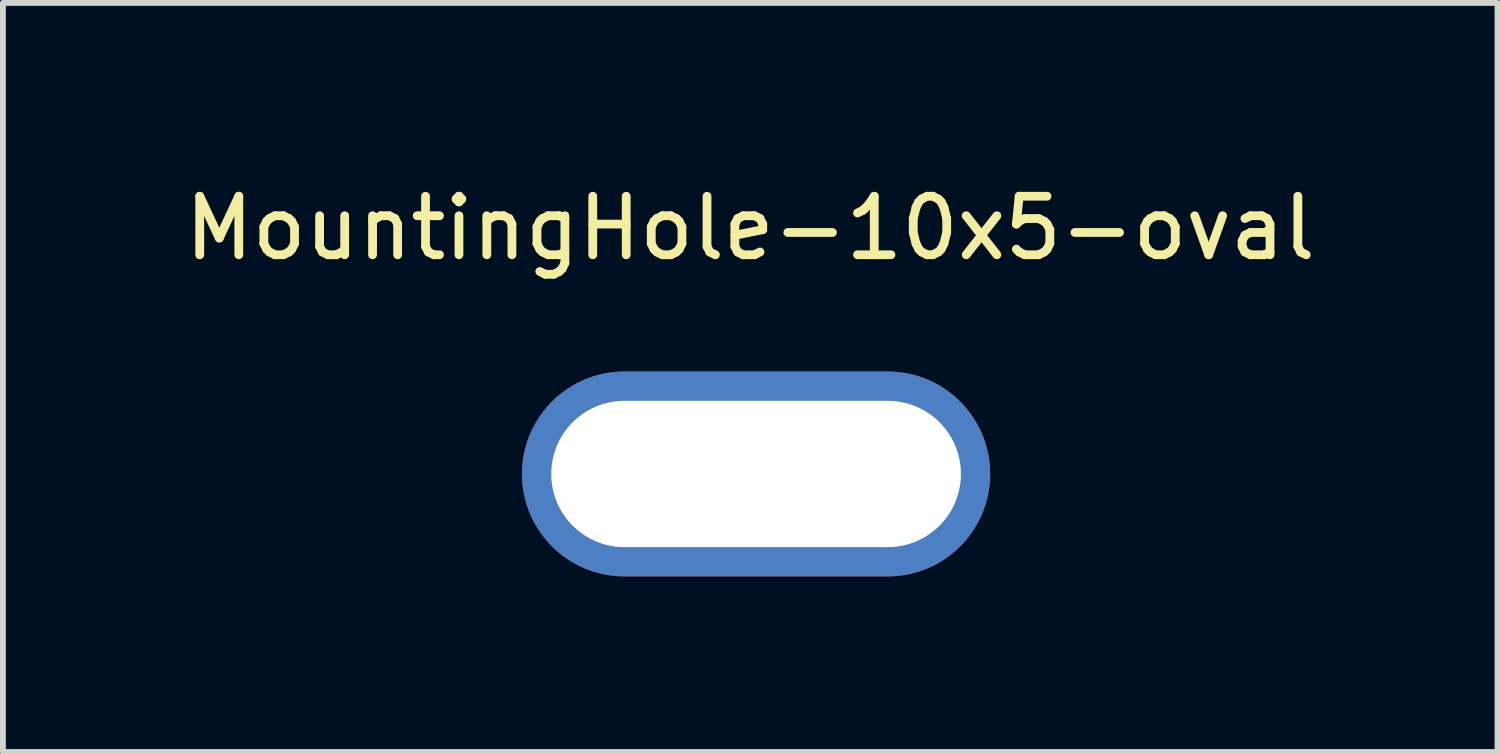
<source format=kicad_pcb>
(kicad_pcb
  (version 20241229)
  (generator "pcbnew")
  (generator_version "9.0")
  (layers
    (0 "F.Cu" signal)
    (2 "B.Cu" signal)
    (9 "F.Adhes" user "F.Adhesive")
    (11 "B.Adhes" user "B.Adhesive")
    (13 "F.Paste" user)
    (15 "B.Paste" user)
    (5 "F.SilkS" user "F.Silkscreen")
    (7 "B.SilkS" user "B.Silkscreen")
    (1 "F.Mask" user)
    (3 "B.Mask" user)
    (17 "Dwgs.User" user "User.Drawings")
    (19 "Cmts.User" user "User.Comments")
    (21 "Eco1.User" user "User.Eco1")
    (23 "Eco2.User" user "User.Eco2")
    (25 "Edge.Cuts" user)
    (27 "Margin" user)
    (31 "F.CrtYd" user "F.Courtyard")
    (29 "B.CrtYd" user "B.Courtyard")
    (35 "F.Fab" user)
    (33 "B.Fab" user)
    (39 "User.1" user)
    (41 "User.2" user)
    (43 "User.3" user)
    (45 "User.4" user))
  (footprint "MountingHole-10x5-oval"
    (layer "F.Cu")
    (at 9.768 5.048)
    (property "Reference" "MountingHole-10x5-oval" (at 0 -4.2 0) (layer "F.SilkS") (effects (font (size 1 1) (thickness 0.15))))
    (attr through_hole)
    (pad "" np_thru_hole oval (at 0.1 0) (size 8 3.5) (drill oval 7 2.5) (layers "*.Cu" "*.Mask")))
  (gr_rect
    (start -3 -3)
    (end 22.536 9.798)
    (stroke (width 0.1) (type default))
    (fill no)
    (layer "Edge.Cuts")))
</source>
